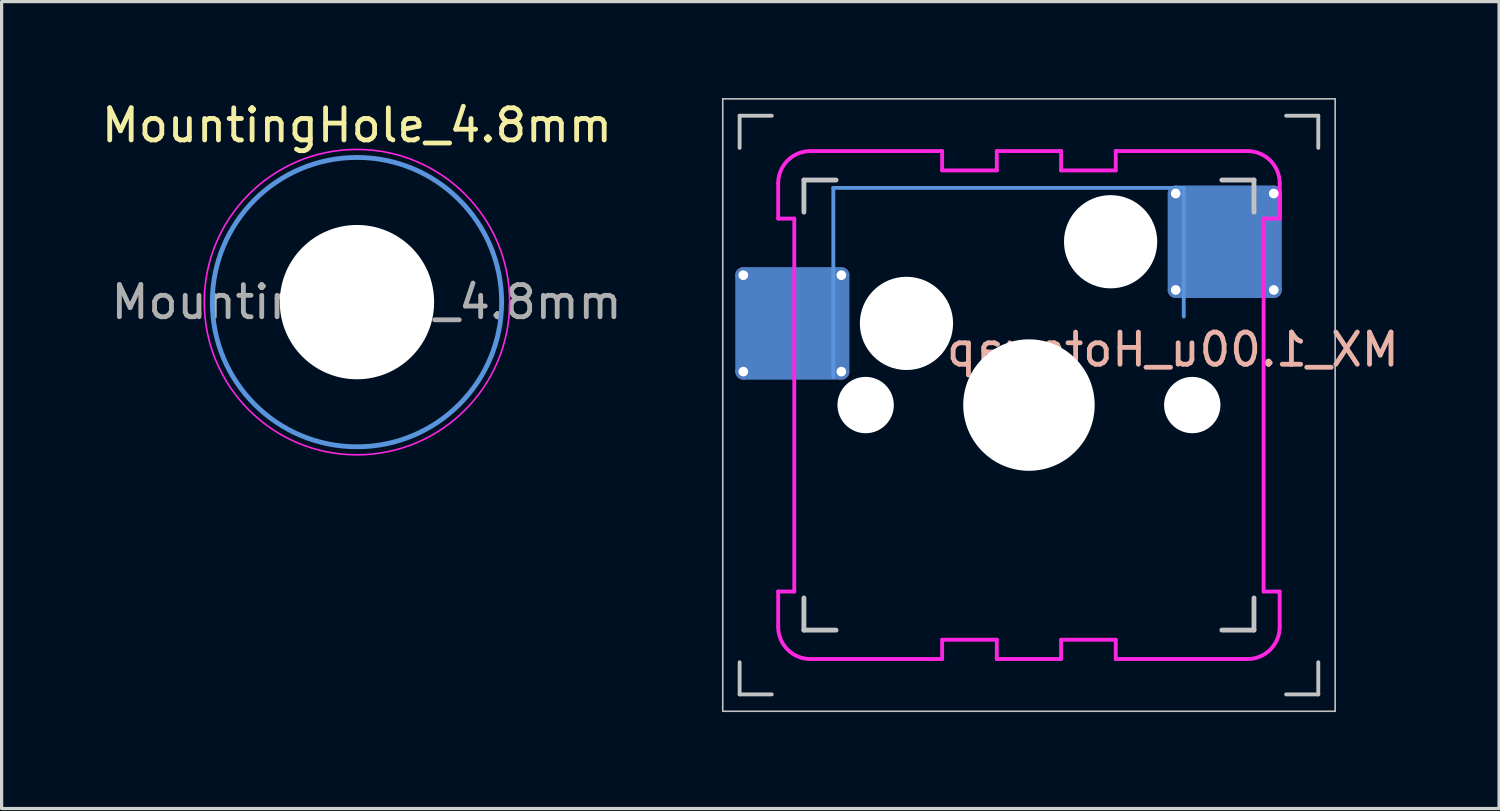
<source format=kicad_pcb>
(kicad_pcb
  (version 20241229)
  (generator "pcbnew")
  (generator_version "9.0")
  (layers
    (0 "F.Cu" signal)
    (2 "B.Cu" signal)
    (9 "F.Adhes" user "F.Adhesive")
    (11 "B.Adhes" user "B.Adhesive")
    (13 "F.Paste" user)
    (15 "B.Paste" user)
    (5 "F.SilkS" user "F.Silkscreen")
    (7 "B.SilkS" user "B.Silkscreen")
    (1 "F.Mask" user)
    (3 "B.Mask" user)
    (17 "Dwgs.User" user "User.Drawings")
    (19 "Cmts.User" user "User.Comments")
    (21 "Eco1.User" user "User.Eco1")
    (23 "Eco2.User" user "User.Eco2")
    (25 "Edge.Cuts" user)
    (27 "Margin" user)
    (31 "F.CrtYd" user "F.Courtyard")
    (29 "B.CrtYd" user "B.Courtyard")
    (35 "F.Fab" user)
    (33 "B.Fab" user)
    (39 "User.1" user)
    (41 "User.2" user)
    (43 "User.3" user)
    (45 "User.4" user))
  (footprint "MountingHole_4.8mm"
    (layer "F.Cu")
    (at 8.054 6.348)
    (property "Reference" "MountingHole_4.8mm" (at 0 -5.5 0) (layer "F.SilkS") (effects (font (size 1 1) (thickness 0.15))))
    (attr exclude_from_pos_files exclude_from_bom)
    (fp_circle (center 0 0) (end 4.5 0) (stroke (width 0.15) (type solid)) (fill no) (layer "Cmts.User"))
    (fp_circle (center 0 0) (end 4.75 0) (stroke (width 0.05) (type solid)) (fill no) (layer "F.CrtYd"))
    (fp_text user "${REFERENCE}" (at 0.3 0 0) (layer "F.Fab") (effects (font (size 1 1) (thickness 0.15))))
    (pad "" np_thru_hole circle (at 0 0) (size 4.8 4.8) (drill 4.8) (layers "*.Cu" "*.Mask")))
  (footprint "MX_1.00u_Hotswap"
    (layer "F.Cu")
    (at 28.957 9.55)
    (property "Reference" "MX_1.00u_Hotswap" (at 4.475 -1.725 180) (layer "B.SilkS") (effects (font (size 1 1) (thickness 0.15)) (justify mirror)))
    (attr through_hole)
    (fp_line (start -9.525 -9.525) (end 9.525 -9.525) (stroke (width 0.05) (type solid)) (layer "Dwgs.User"))
    (fp_line (start -9.525 9.525) (end -9.525 -9.525) (stroke (width 0.05) (type solid)) (layer "Dwgs.User"))
    (fp_line (start -9 -9) (end -8 -9) (stroke (width 0.12) (type solid)) (layer "Dwgs.User"))
    (fp_line (start -9 -8) (end -9 -9) (stroke (width 0.12) (type solid)) (layer "Dwgs.User"))
    (fp_line (start -9 9) (end -9 8) (stroke (width 0.12) (type solid)) (layer "Dwgs.User"))
    (fp_line (start -8 9) (end -9 9) (stroke (width 0.12) (type solid)) (layer "Dwgs.User"))
    (fp_line (start -7 -7) (end -6 -7) (stroke (width 0.15) (type solid)) (layer "Dwgs.User"))
    (fp_line (start -7 -6) (end -7 -7) (stroke (width 0.15) (type solid)) (layer "Dwgs.User"))
    (fp_line (start -7 6) (end -7 7) (stroke (width 0.15) (type solid)) (layer "Dwgs.User"))
    (fp_line (start -7 7) (end -6 7) (stroke (width 0.15) (type solid)) (layer "Dwgs.User"))
    (fp_line (start 6 7) (end 7 7) (stroke (width 0.15) (type solid)) (layer "Dwgs.User"))
    (fp_line (start 7 -7) (end 6 -7) (stroke (width 0.15) (type solid)) (layer "Dwgs.User"))
    (fp_line (start 7 -7) (end 7 -6) (stroke (width 0.15) (type solid)) (layer "Dwgs.User"))
    (fp_line (start 7 7) (end 7 6) (stroke (width 0.15) (type solid)) (layer "Dwgs.User"))
    (fp_line (start 8 -9) (end 9 -9) (stroke (width 0.12) (type solid)) (layer "Dwgs.User"))
    (fp_line (start 9 -9) (end 9 -8) (stroke (width 0.12) (type solid)) (layer "Dwgs.User"))
    (fp_line (start 9 8) (end 9 9) (stroke (width 0.12) (type solid)) (layer "Dwgs.User"))
    (fp_line (start 9 9) (end 8 9) (stroke (width 0.12) (type solid)) (layer "Dwgs.User"))
    (fp_line (start 9.525 -9.525) (end 9.525 9.525) (stroke (width 0.05) (type solid)) (layer "Dwgs.User"))
    (fp_line (start 9.525 9.525) (end -9.525 9.525) (stroke (width 0.05) (type solid)) (layer "Dwgs.User"))
    (fp_line (start -6.085 -6.755) (end -6.085 -0.865) (stroke (width 0.12) (type solid)) (layer "Cmts.User"))
    (fp_line (start -6.085 -6.755) (end 4.815 -6.755) (stroke (width 0.12) (type solid)) (layer "Cmts.User"))
    (fp_line (start 4.815 -6.755) (end 4.815 -2.755) (stroke (width 0.12) (type solid)) (layer "Cmts.User"))
    (fp_line (start -7.8 -6.9) (end -7.8 -5.8) (stroke (width 0.12) (type solid)) (layer "F.CrtYd"))
    (fp_line (start -7.8 -5.8) (end -7.3 -5.8) (stroke (width 0.12) (type solid)) (layer "F.CrtYd"))
    (fp_line (start -7.8 5.8) (end -7.3 5.8) (stroke (width 0.12) (type solid)) (layer "F.CrtYd"))
    (fp_line (start -7.8 6.9) (end -7.8 5.8) (stroke (width 0.12) (type solid)) (layer "F.CrtYd"))
    (fp_line (start -7.3 -5.8) (end -7.3 5.8) (stroke (width 0.12) (type solid)) (layer "F.CrtYd"))
    (fp_line (start -6.8 -7.9) (end -2.7 -7.9) (stroke (width 0.12) (type solid)) (layer "F.CrtYd"))
    (fp_line (start -6.8 7.9) (end -2.7 7.9) (stroke (width 0.12) (type solid)) (layer "F.CrtYd"))
    (fp_line (start -2.7 -7.9) (end -2.7 -7.3) (stroke (width 0.12) (type solid)) (layer "F.CrtYd"))
    (fp_line (start -2.7 7.3) (end -1 7.3) (stroke (width 0.12) (type solid)) (layer "F.CrtYd"))
    (fp_line (start -2.7 7.9) (end -2.7 7.3) (stroke (width 0.12) (type solid)) (layer "F.CrtYd"))
    (fp_line (start -1 -7.9) (end -1 -7.3) (stroke (width 0.12) (type solid)) (layer "F.CrtYd"))
    (fp_line (start -1 -7.9) (end 1 -7.9) (stroke (width 0.12) (type solid)) (layer "F.CrtYd"))
    (fp_line (start -1 -7.3) (end -2.7 -7.3) (stroke (width 0.12) (type solid)) (layer "F.CrtYd"))
    (fp_line (start -1 7.3) (end -1 7.9) (stroke (width 0.12) (type solid)) (layer "F.CrtYd"))
    (fp_line (start -1 7.9) (end 1 7.9) (stroke (width 0.12) (type solid)) (layer "F.CrtYd"))
    (fp_line (start 1 -7.9) (end 1 -7.3) (stroke (width 0.12) (type solid)) (layer "F.CrtYd"))
    (fp_line (start 1 -7.3) (end 2.7 -7.3) (stroke (width 0.12) (type solid)) (layer "F.CrtYd"))
    (fp_line (start 1 7.3) (end 2.7 7.3) (stroke (width 0.12) (type solid)) (layer "F.CrtYd"))
    (fp_line (start 1 7.9) (end 1 7.3) (stroke (width 0.12) (type solid)) (layer "F.CrtYd"))
    (fp_line (start 2.7 -7.9) (end 2.7 -7.3) (stroke (width 0.12) (type solid)) (layer "F.CrtYd"))
    (fp_line (start 2.7 7.9) (end 2.7 7.3) (stroke (width 0.12) (type solid)) (layer "F.CrtYd"))
    (fp_line (start 6.749 7.9) (end 2.7 7.9) (stroke (width 0.12) (type solid)) (layer "F.CrtYd"))
    (fp_line (start 6.8 -7.9) (end 2.7 -7.9) (stroke (width 0.12) (type solid)) (layer "F.CrtYd"))
    (fp_line (start 7.3 5.8) (end 7.3 -5.8) (stroke (width 0.12) (type solid)) (layer "F.CrtYd"))
    (fp_line (start 7.799 5.8) (end 7.3 5.8) (stroke (width 0.12) (type solid)) (layer "F.CrtYd"))
    (fp_line (start 7.8 -6.9) (end 7.8 -5.8) (stroke (width 0.12) (type solid)) (layer "F.CrtYd"))
    (fp_line (start 7.8 -5.8) (end 7.3 -5.8) (stroke (width 0.12) (type solid)) (layer "F.CrtYd"))
    (fp_line (start 7.8 6.9) (end 7.799 5.8) (stroke (width 0.12) (type solid)) (layer "F.CrtYd"))
    (fp_arc (start -7.8 -6.9) (mid -7.507107 -7.607107) (end -6.8 -7.9) (stroke (width 0.12) (type solid)) (layer "F.CrtYd"))
    (fp_arc (start -6.8 7.9) (mid -7.507107 7.607107) (end -7.8 6.9) (stroke (width 0.12) (type solid)) (layer "F.CrtYd"))
    (fp_arc (start 6.8 -7.9) (mid 7.507107 -7.607107) (end 7.8 -6.9) (stroke (width 0.12) (type solid)) (layer "F.CrtYd"))
    (fp_arc (start 7.8 6.9) (mid 7.488837 7.625452) (end 6.748751 7.9) (stroke (width 0.12) (type solid)) (layer "F.CrtYd"))
    (pad "" np_thru_hole circle (at -5.08 0) (size 1.753 1.753) (drill 1.753) (layers "*.Cu" "*.Mask"))
    (pad "" np_thru_hole circle (at -3.81 -2.54) (size 2.9 2.9) (drill 2.9) (layers "*.Cu" "*.Mask"))
    (pad "" np_thru_hole circle (at 0 0) (size 4.089 4.089) (drill 4.089) (layers "*.Cu" "*.Mask"))
    (pad "" np_thru_hole circle (at 2.54 -5.08) (size 2.9 2.9) (drill 2.9) (layers "*.Cu" "*.Mask"))
    (pad "" np_thru_hole circle (at 5.08 0) (size 1.753 1.753) (drill 1.753) (layers "*.Cu" "*.Mask"))
    (pad "1" thru_hole circle (at -8.885 -4.04) (size 0.5 0.5) (drill 0.3) (layers "*.Cu" "*.Mask"))
    (pad "1" thru_hole circle (at -8.885 -1.04) (size 0.5 0.5) (drill 0.3) (layers "*.Cu" "*.Mask"))
    (pad "1" smd roundrect (at -7.36 -2.54) (size 3.55 3.5) (layers "B.Cu" "B.Mask" "B.Paste") (roundrect_rratio 0.1))
    (pad "1" thru_hole circle (at -5.835 -4.04) (size 0.5 0.5) (drill 0.3) (layers "*.Cu" "*.Mask"))
    (pad "1" thru_hole circle (at -5.835 -1.04) (size 0.5 0.5) (drill 0.3) (layers "*.Cu" "*.Mask"))
    (pad "2" thru_hole circle (at 4.565 -6.58) (size 0.5 0.5) (drill 0.3) (layers "*.Cu" "*.Mask"))
    (pad "2" thru_hole circle (at 4.565 -3.58) (size 0.5 0.5) (drill 0.3) (layers "*.Cu" "*.Mask"))
    (pad "2" smd roundrect (at 6.09 -5.08) (size 3.55 3.5) (layers "B.Cu" "B.Mask" "B.Paste") (roundrect_rratio 0.1))
    (pad "2" thru_hole circle (at 7.615 -6.58) (size 0.5 0.5) (drill 0.3) (layers "*.Cu" "*.Mask"))
    (pad "2" thru_hole circle (at 7.615 -3.58) (size 0.5 0.5) (drill 0.3) (layers "*.Cu" "*.Mask")))
  (gr_rect
    (start -3 -3)
    (end 43.581 22.1)
    (stroke (width 0.1) (type default))
    (fill no)
    (layer "Edge.Cuts")))
</source>
